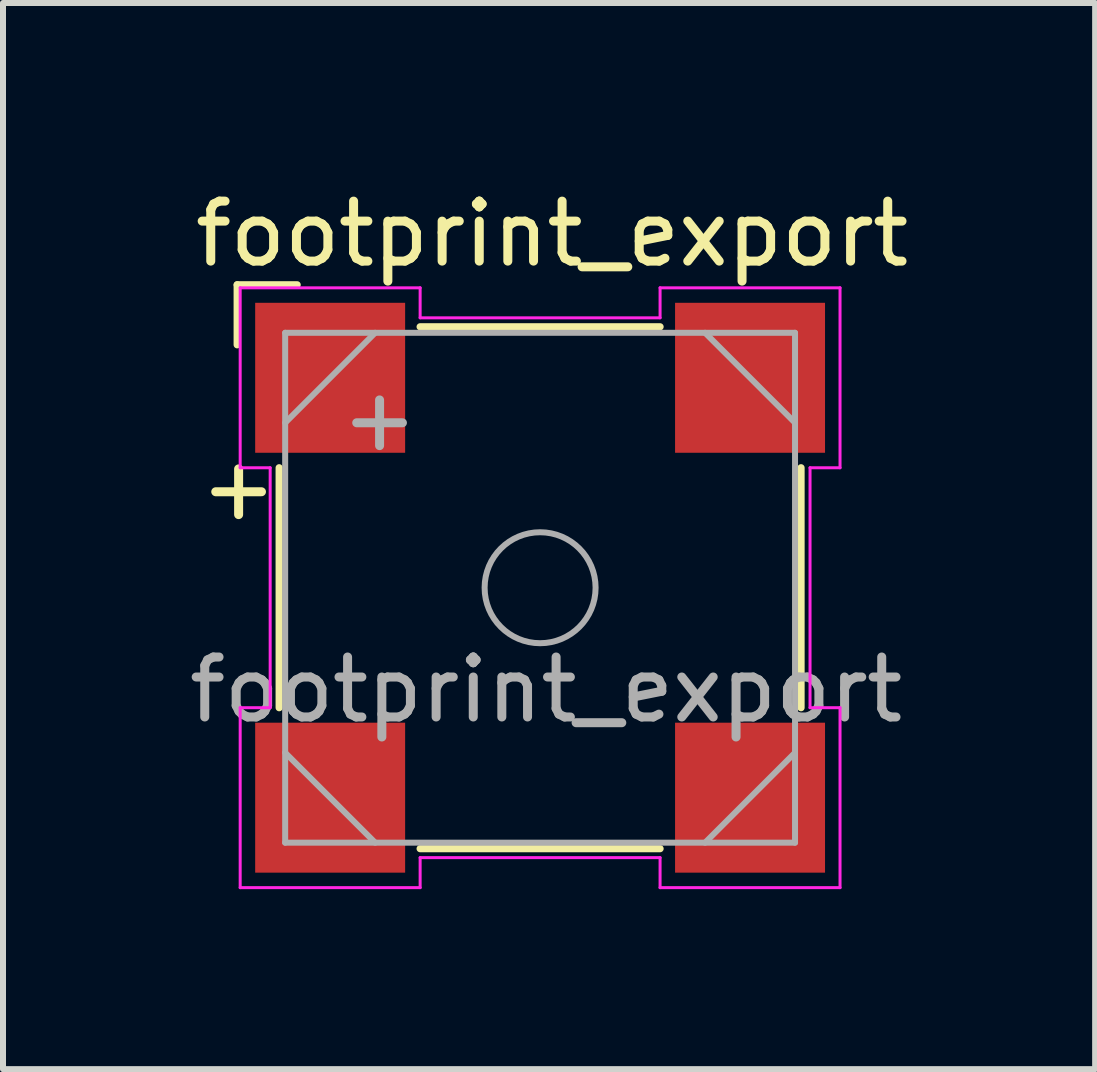
<source format=kicad_pcb>
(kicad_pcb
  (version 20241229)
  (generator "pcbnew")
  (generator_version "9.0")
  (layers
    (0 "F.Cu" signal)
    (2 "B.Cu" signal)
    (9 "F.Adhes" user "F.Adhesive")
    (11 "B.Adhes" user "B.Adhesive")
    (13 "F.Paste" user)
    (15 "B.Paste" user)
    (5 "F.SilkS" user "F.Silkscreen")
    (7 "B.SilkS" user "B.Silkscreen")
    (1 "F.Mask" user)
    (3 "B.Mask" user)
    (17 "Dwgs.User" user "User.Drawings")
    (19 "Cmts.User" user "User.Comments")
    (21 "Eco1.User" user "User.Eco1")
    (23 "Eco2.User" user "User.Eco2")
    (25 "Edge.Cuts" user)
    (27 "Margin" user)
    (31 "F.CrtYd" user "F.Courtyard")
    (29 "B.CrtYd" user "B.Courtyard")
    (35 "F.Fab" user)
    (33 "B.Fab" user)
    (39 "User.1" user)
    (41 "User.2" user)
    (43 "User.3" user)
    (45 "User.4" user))
  (footprint "footprint_export"
    (layer "F.Cu")
    (at 5.954 6.748)
    (property "Reference" "footprint_export" (at 0.2 -5.9 0) (layer "F.SilkS") (effects (font (size 1 1) (thickness 0.15))))
    (attr smd)
    (fp_line (start -5.05 -5.05) (end -4.05 -5.05) (stroke (width 0.12) (type solid)) (layer "F.SilkS"))
    (fp_line (start -5.05 -4.05) (end -5.05 -5.05) (stroke (width 0.12) (type solid)) (layer "F.SilkS"))
    (fp_line (start -4.35 -2) (end -4.35 2) (stroke (width 0.12) (type solid)) (layer "F.SilkS"))
    (fp_line (start -2 4.35) (end 2 4.35) (stroke (width 0.12) (type solid)) (layer "F.SilkS"))
    (fp_line (start 2 -4.35) (end -2 -4.35) (stroke (width 0.12) (type solid)) (layer "F.SilkS"))
    (fp_line (start 4.35 2) (end 4.35 -2) (stroke (width 0.12) (type solid)) (layer "F.SilkS"))
    (fp_line (start -5 -5) (end -2 -5) (stroke (width 0.05) (type solid)) (layer "F.CrtYd"))
    (fp_line (start -5 -2) (end -5 -5) (stroke (width 0.05) (type solid)) (layer "F.CrtYd"))
    (fp_line (start -5 -2) (end -4.5 -2) (stroke (width 0.05) (type solid)) (layer "F.CrtYd"))
    (fp_line (start -5 2) (end -5 5) (stroke (width 0.05) (type solid)) (layer "F.CrtYd"))
    (fp_line (start -4.5 -2) (end -4.5 2) (stroke (width 0.05) (type solid)) (layer "F.CrtYd"))
    (fp_line (start -4.5 2) (end -5 2) (stroke (width 0.05) (type solid)) (layer "F.CrtYd"))
    (fp_line (start -2 -5) (end -2 -4.5) (stroke (width 0.05) (type solid)) (layer "F.CrtYd"))
    (fp_line (start -2 -4.5) (end 2 -4.5) (stroke (width 0.05) (type solid)) (layer "F.CrtYd"))
    (fp_line (start -2 4.5) (end -2 5) (stroke (width 0.05) (type solid)) (layer "F.CrtYd"))
    (fp_line (start -2 5) (end -5 5) (stroke (width 0.05) (type solid)) (layer "F.CrtYd"))
    (fp_line (start 2 -5) (end 5 -5) (stroke (width 0.05) (type solid)) (layer "F.CrtYd"))
    (fp_line (start 2 -4.5) (end 2 -5) (stroke (width 0.05) (type solid)) (layer "F.CrtYd"))
    (fp_line (start 2 4.5) (end -2 4.5) (stroke (width 0.05) (type solid)) (layer "F.CrtYd"))
    (fp_line (start 2 5) (end 2 4.5) (stroke (width 0.05) (type solid)) (layer "F.CrtYd"))
    (fp_line (start 4.5 -2) (end 4.5 2) (stroke (width 0.05) (type solid)) (layer "F.CrtYd"))
    (fp_line (start 4.5 2) (end 5 2) (stroke (width 0.05) (type solid)) (layer "F.CrtYd"))
    (fp_line (start 5 -2) (end 4.5 -2) (stroke (width 0.05) (type solid)) (layer "F.CrtYd"))
    (fp_line (start 5 -2) (end 5 -5) (stroke (width 0.05) (type solid)) (layer "F.CrtYd"))
    (fp_line (start 5 2) (end 5 5) (stroke (width 0.05) (type solid)) (layer "F.CrtYd"))
    (fp_line (start 5 5) (end 2 5) (stroke (width 0.05) (type solid)) (layer "F.CrtYd"))
    (fp_line (start -4.25 -4.25) (end 4.25 -4.25) (stroke (width 0.1) (type solid)) (layer "F.Fab"))
    (fp_line (start -4.25 -2.75) (end -2.75 -4.25) (stroke (width 0.1) (type solid)) (layer "F.Fab"))
    (fp_line (start -4.25 4.25) (end -4.25 -4.25) (stroke (width 0.1) (type solid)) (layer "F.Fab"))
    (fp_line (start -2.75 4.25) (end -4.25 2.75) (stroke (width 0.1) (type solid)) (layer "F.Fab"))
    (fp_line (start 2.75 -4.25) (end 4.25 -2.75) (stroke (width 0.1) (type solid)) (layer "F.Fab"))
    (fp_line (start 4.25 -4.25) (end 4.25 4.25) (stroke (width 0.1) (type solid)) (layer "F.Fab"))
    (fp_line (start 4.25 2.75) (end 2.75 4.25) (stroke (width 0.1) (type solid)) (layer "F.Fab"))
    (fp_line (start 4.25 4.25) (end -4.25 4.25) (stroke (width 0.1) (type solid)) (layer "F.Fab"))
    (fp_circle (center 0 0) (end 0.925 0) (stroke (width 0.1) (type solid)) (fill no) (layer "F.Fab"))
    (fp_text user "+" (at -5.1 -1.6 270) (layer "F.SilkS") (effects (font (size 1 1) (thickness 0.15))))
    (fp_text user "+" (at -2.75 -2.75 270) (layer "F.Fab") (effects (font (size 1 1) (thickness 0.15))))
    (fp_text user "${REFERENCE}" (at 0.1 1.7 0) (layer "F.Fab") (effects (font (size 1 1) (thickness 0.15))))
    (pad "1" smd rect (at -3.5 -3.5 270) (size 2.5 2.5) (layers "F.Cu" "F.Mask" "F.Paste"))
    (pad "2" smd rect (at -3.5 3.5 270) (size 2.5 2.5) (layers "F.Cu" "F.Mask" "F.Paste"))
    (pad "3" smd rect (at 3.5 3.5 270) (size 2.5 2.5) (layers "F.Cu" "F.Mask" "F.Paste"))
    (pad "4" smd rect (at 3.5 -3.5 270) (size 2.5 2.5) (layers "F.Cu" "F.Mask" "F.Paste")))
  (gr_rect
    (start -3 -3)
    (end 15.207 14.773)
    (stroke (width 0.1) (type default))
    (fill no)
    (layer "Edge.Cuts")))
</source>
